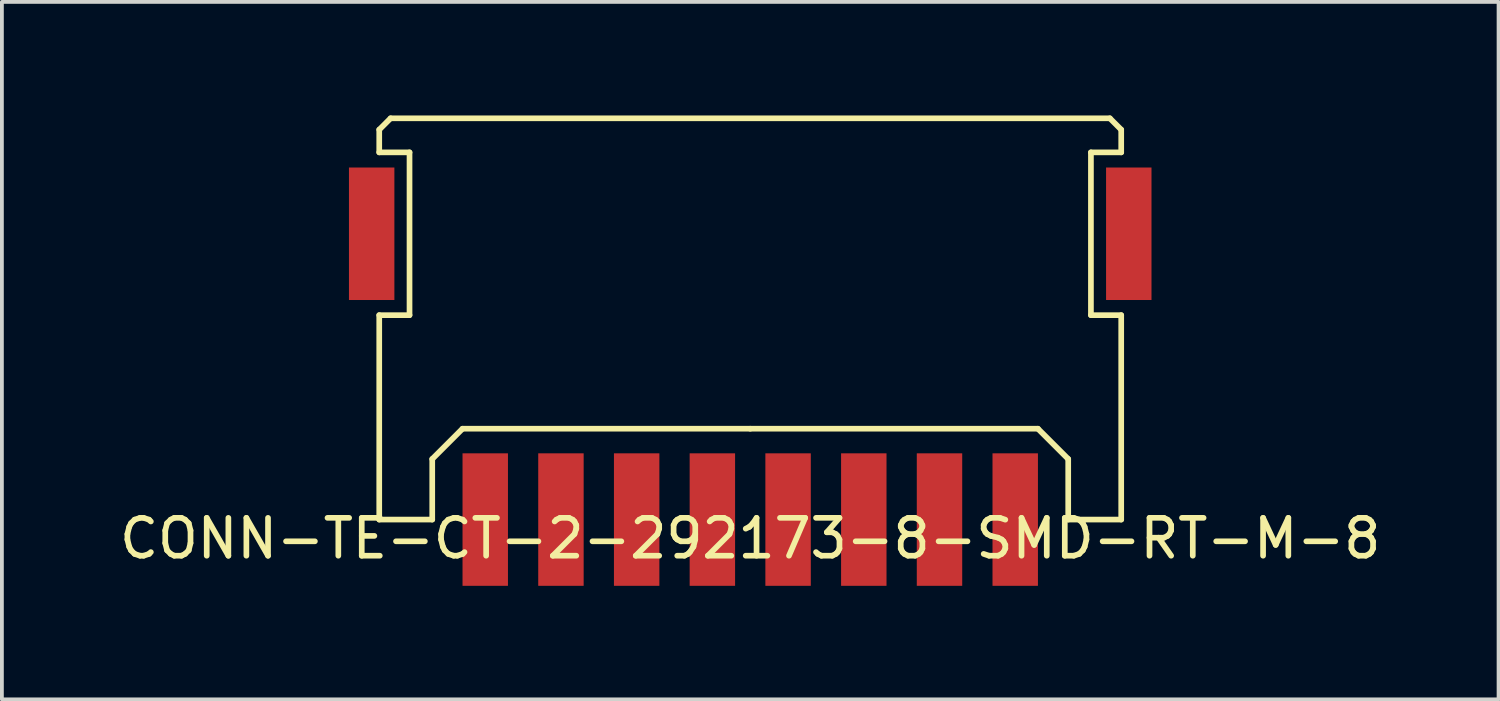
<source format=kicad_pcb>
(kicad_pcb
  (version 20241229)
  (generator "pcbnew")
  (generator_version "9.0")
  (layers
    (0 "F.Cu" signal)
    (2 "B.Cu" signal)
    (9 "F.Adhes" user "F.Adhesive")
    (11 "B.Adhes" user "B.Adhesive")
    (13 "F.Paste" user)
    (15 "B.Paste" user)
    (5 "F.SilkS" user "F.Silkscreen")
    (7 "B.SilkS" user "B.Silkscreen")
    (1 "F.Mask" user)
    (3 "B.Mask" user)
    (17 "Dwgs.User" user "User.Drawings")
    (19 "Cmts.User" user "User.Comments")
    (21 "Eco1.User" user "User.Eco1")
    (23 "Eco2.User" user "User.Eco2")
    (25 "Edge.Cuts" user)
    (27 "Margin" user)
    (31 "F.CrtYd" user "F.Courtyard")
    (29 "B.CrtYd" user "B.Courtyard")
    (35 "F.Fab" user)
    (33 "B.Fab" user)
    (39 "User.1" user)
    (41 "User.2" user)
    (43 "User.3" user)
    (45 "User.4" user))
  (footprint "CONN-TE-CT-2-292173-8-SMD-RT-M-8"
    (layer "F.Cu")
    (at 16.768 10.675)
    (property "Reference" "CONN-TE-CT-2-292173-8-SMD-RT-M-8" (at 0 0.5 0) (layer "F.SilkS") (effects (font (size 1 1) (thickness 0.15))))
    (attr through_hole)
    (fp_line (start -9.8 -10.3) (end -9.8 -9.7) (stroke (width 0.15) (type solid)) (layer "F.SilkS"))
    (fp_line (start -9.8 -9.7) (end -9 -9.7) (stroke (width 0.15) (type solid)) (layer "F.SilkS"))
    (fp_line (start -9.8 -5.4) (end -9.8 0) (stroke (width 0.15) (type solid)) (layer "F.SilkS"))
    (fp_line (start -9.8 0) (end -8.4 0) (stroke (width 0.15) (type solid)) (layer "F.SilkS"))
    (fp_line (start -9.5 -10.6) (end -9.8 -10.3) (stroke (width 0.15) (type solid)) (layer "F.SilkS"))
    (fp_line (start -9 -9.7) (end -9 -5.4) (stroke (width 0.15) (type solid)) (layer "F.SilkS"))
    (fp_line (start -9 -5.4) (end -9.8 -5.4) (stroke (width 0.15) (type solid)) (layer "F.SilkS"))
    (fp_line (start -8.4 -1.6) (end -7.6 -2.4) (stroke (width 0.15) (type solid)) (layer "F.SilkS"))
    (fp_line (start -8.4 0) (end -8.4 -1.6) (stroke (width 0.15) (type solid)) (layer "F.SilkS"))
    (fp_line (start -7.6 -2.4) (end 0 -2.4) (stroke (width 0.15) (type solid)) (layer "F.SilkS"))
    (fp_line (start 7.6 -2.4) (end 0 -2.4) (stroke (width 0.15) (type solid)) (layer "F.SilkS"))
    (fp_line (start 8.4 -1.6) (end 7.6 -2.4) (stroke (width 0.15) (type solid)) (layer "F.SilkS"))
    (fp_line (start 8.4 0) (end 8.4 -1.6) (stroke (width 0.15) (type solid)) (layer "F.SilkS"))
    (fp_line (start 9 -9.7) (end 9 -5.4) (stroke (width 0.15) (type solid)) (layer "F.SilkS"))
    (fp_line (start 9 -5.4) (end 9.8 -5.4) (stroke (width 0.15) (type solid)) (layer "F.SilkS"))
    (fp_line (start 9.5 -10.6) (end -9.5 -10.6) (stroke (width 0.15) (type solid)) (layer "F.SilkS"))
    (fp_line (start 9.5 -10.6) (end 9.8 -10.3) (stroke (width 0.15) (type solid)) (layer "F.SilkS"))
    (fp_line (start 9.8 -10.3) (end 9.8 -9.7) (stroke (width 0.15) (type solid)) (layer "F.SilkS"))
    (fp_line (start 9.8 -9.7) (end 9 -9.7) (stroke (width 0.15) (type solid)) (layer "F.SilkS"))
    (fp_line (start 9.8 -5.4) (end 9.8 0) (stroke (width 0.15) (type solid)) (layer "F.SilkS"))
    (fp_line (start 9.8 0) (end 8.4 0) (stroke (width 0.15) (type solid)) (layer "F.SilkS"))
    (pad "1" smd rect (at 7 0) (size 1.2 3.5) (layers "F.Cu" "F.Mask" "F.Paste"))
    (pad "2" smd rect (at 5 0) (size 1.2 3.5) (layers "F.Cu" "F.Mask" "F.Paste"))
    (pad "3" smd rect (at 3 0) (size 1.2 3.5) (layers "F.Cu" "F.Mask" "F.Paste"))
    (pad "4" smd rect (at 1 0) (size 1.2 3.5) (layers "F.Cu" "F.Mask" "F.Paste"))
    (pad "5" smd rect (at -1 0) (size 1.2 3.5) (layers "F.Cu" "F.Mask" "F.Paste"))
    (pad "6" smd rect (at -3 0) (size 1.2 3.5) (layers "F.Cu" "F.Mask" "F.Paste"))
    (pad "7" smd rect (at -5 0) (size 1.2 3.5) (layers "F.Cu" "F.Mask" "F.Paste"))
    (pad "8" smd rect (at -7 0) (size 1.2 3.5) (layers "F.Cu" "F.Mask" "F.Paste"))
    (pad "A" smd rect (at -10 -7.55) (size 1.2 3.5) (layers "F.Cu" "F.Mask" "F.Paste"))
    (pad "A" smd rect (at 10 -7.55) (size 1.2 3.5) (layers "F.Cu" "F.Mask" "F.Paste")))
  (gr_rect
    (start -3 -3)
    (end 36.536 15.425)
    (stroke (width 0.1) (type default))
    (fill no)
    (layer "Edge.Cuts")))
</source>
